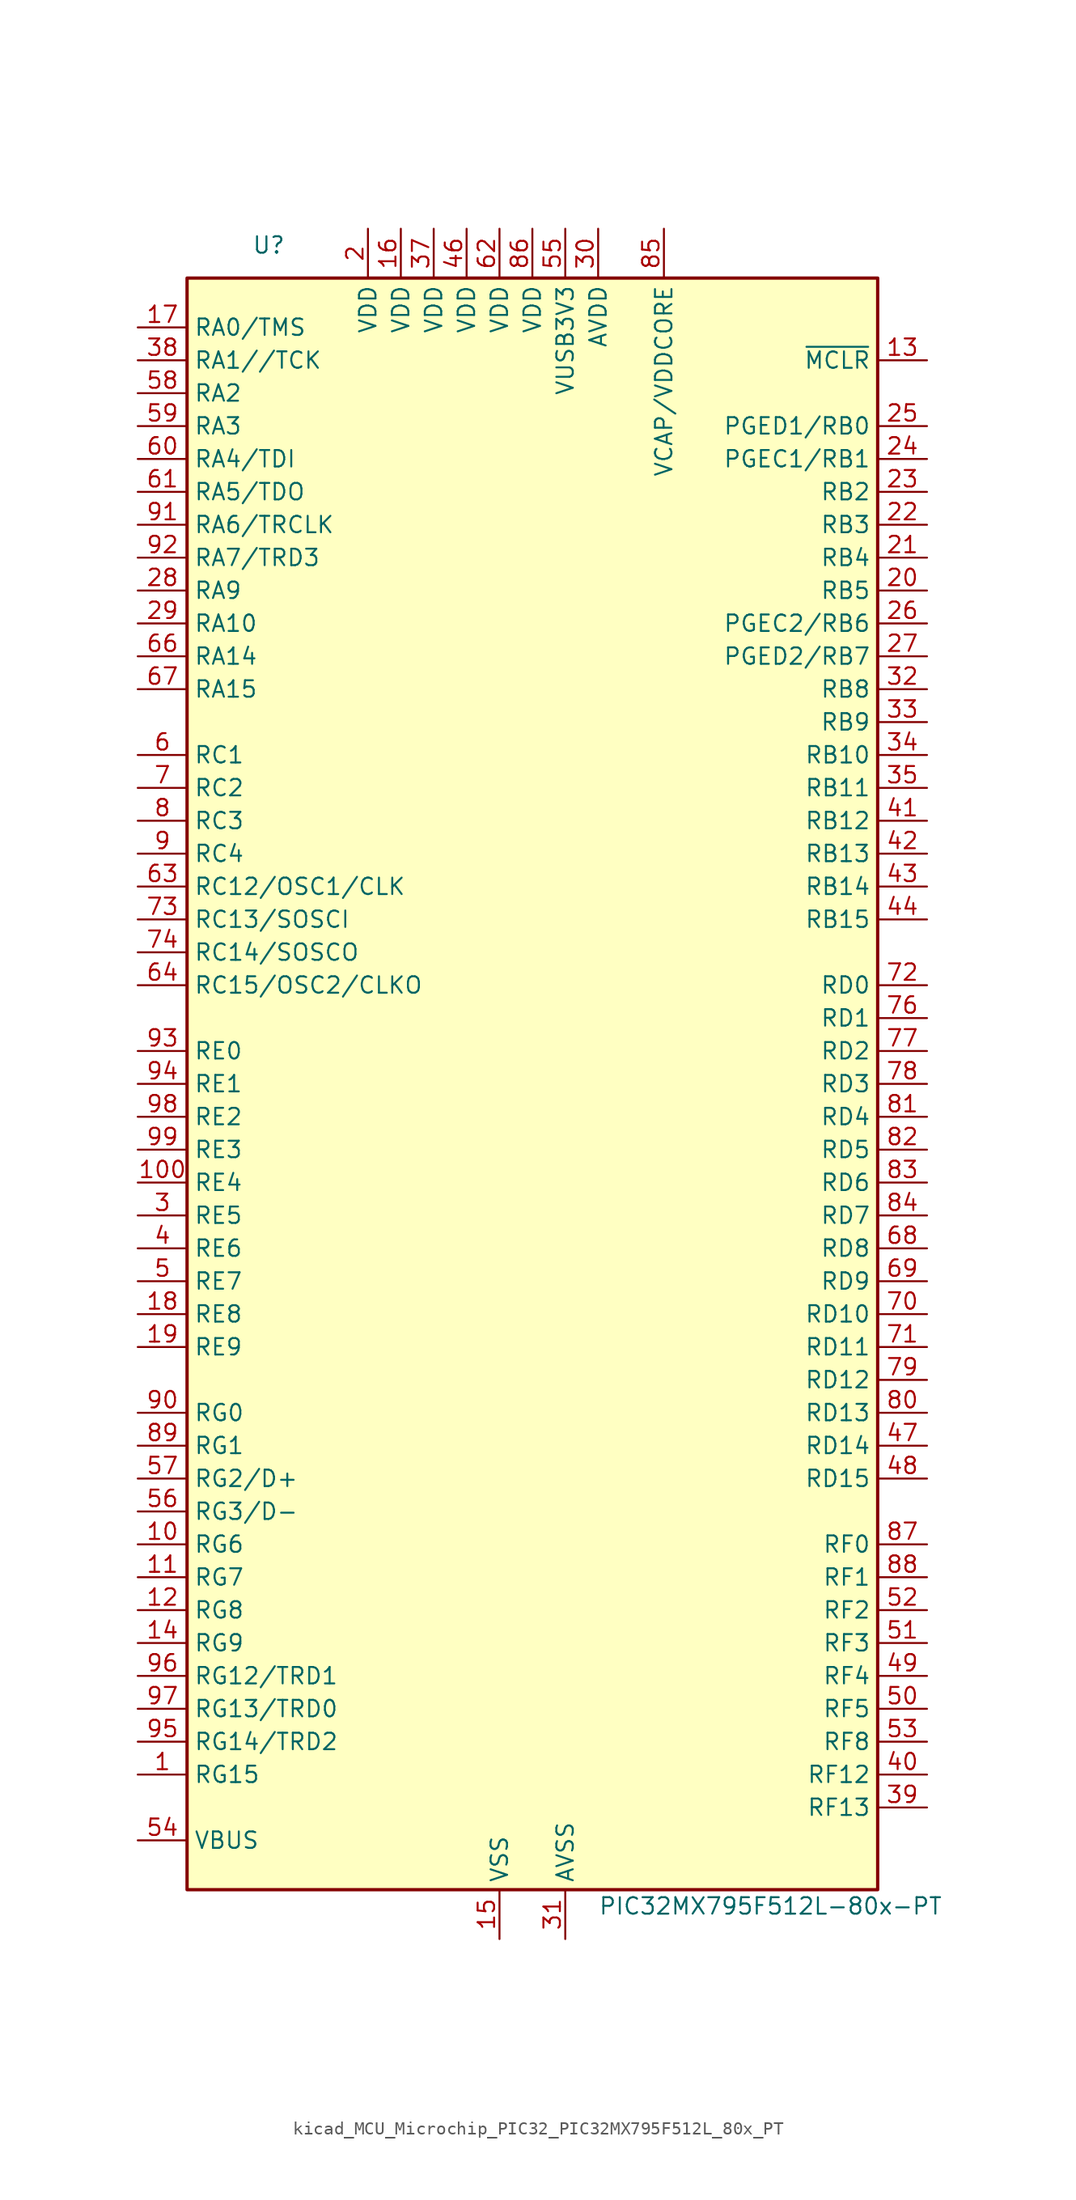
<source format=kicad_sym>
(kicad_symbol_lib
  (version 20220914)
  (generator kicad_symbol_editor)
  (symbol "kicad_MCU_Microchip_PIC32_PIC32MX795F512L_80x_PT"
    (property "Reference" "U"
      (at -19.05 64.77 0)
      (effects (font (size 1.27 1.27)) (justify right)))
    (property "Value" "PIC32MX795F512L-80x-PT"
      (at 5.08 -63.5 0)
      (effects (font (size 1.27 1.27)) (justify left)))
    (symbol "kicad_MCU_Microchip_PIC32_PIC32MX795F512L_80x_PT_1_1"
      (rectangle (start -26.67 62.23) (end 26.67 -62.23) (stroke (width 0.254) (type default)) (fill (type background)))
      (pin bidirectional line (at -30.48 -53.34 0) (length 3.81) (name "RG15" (effects (font (size 1.27 1.27)))) (number "1" (effects (font (size 1.27 1.27)))))
      (pin bidirectional line (at -30.48 -35.56 0) (length 3.81) (name "RG6" (effects (font (size 1.27 1.27)))) (number "10" (effects (font (size 1.27 1.27)))))
      (pin bidirectional line (at -30.48 -7.62 0) (length 3.81) (name "RE4" (effects (font (size 1.27 1.27)))) (number "100" (effects (font (size 1.27 1.27)))))
      (pin bidirectional line (at -30.48 -38.1 0) (length 3.81) (name "RG7" (effects (font (size 1.27 1.27)))) (number "11" (effects (font (size 1.27 1.27)))))
      (pin bidirectional line (at -30.48 -40.64 0) (length 3.81) (name "RG8" (effects (font (size 1.27 1.27)))) (number "12" (effects (font (size 1.27 1.27)))))
      (pin input line (at 30.48 55.88 180) (length 3.81) (name "~{MCLR}" (effects (font (size 1.27 1.27)))) (number "13" (effects (font (size 1.27 1.27)))))
      (pin bidirectional line (at -30.48 -43.18 0) (length 3.81) (name "RG9" (effects (font (size 1.27 1.27)))) (number "14" (effects (font (size 1.27 1.27)))))
      (pin power_in line (at -2.54 -66.04 90) (length 3.81) (name "VSS" (effects (font (size 1.27 1.27)))) (number "15" (effects (font (size 1.27 1.27)))))
      (pin power_in line (at -10.16 66.04 270) (length 3.81) (name "VDD" (effects (font (size 1.27 1.27)))) (number "16" (effects (font (size 1.27 1.27)))))
      (pin bidirectional line (at -30.48 58.42 0) (length 3.81) (name "RA0/TMS" (effects (font (size 1.27 1.27)))) (number "17" (effects (font (size 1.27 1.27)))))
      (pin bidirectional line (at -30.48 -17.78 0) (length 3.81) (name "RE8" (effects (font (size 1.27 1.27)))) (number "18" (effects (font (size 1.27 1.27)))))
      (pin bidirectional line (at -30.48 -20.32 0) (length 3.81) (name "RE9" (effects (font (size 1.27 1.27)))) (number "19" (effects (font (size 1.27 1.27)))))
      (pin power_in line (at -12.7 66.04 270) (length 3.81) (name "VDD" (effects (font (size 1.27 1.27)))) (number "2" (effects (font (size 1.27 1.27)))))
      (pin bidirectional line (at 30.48 38.1 180) (length 3.81) (name "RB5" (effects (font (size 1.27 1.27)))) (number "20" (effects (font (size 1.27 1.27)))))
      (pin bidirectional line (at 30.48 40.64 180) (length 3.81) (name "RB4" (effects (font (size 1.27 1.27)))) (number "21" (effects (font (size 1.27 1.27)))))
      (pin bidirectional line (at 30.48 43.18 180) (length 3.81) (name "RB3" (effects (font (size 1.27 1.27)))) (number "22" (effects (font (size 1.27 1.27)))))
      (pin bidirectional line (at 30.48 45.72 180) (length 3.81) (name "RB2" (effects (font (size 1.27 1.27)))) (number "23" (effects (font (size 1.27 1.27)))))
      (pin bidirectional line (at 30.48 48.26 180) (length 3.81) (name "PGEC1/RB1" (effects (font (size 1.27 1.27)))) (number "24" (effects (font (size 1.27 1.27)))))
      (pin bidirectional line (at 30.48 50.8 180) (length 3.81) (name "PGED1/RB0" (effects (font (size 1.27 1.27)))) (number "25" (effects (font (size 1.27 1.27)))))
      (pin bidirectional line (at 30.48 35.56 180) (length 3.81) (name "PGEC2/RB6" (effects (font (size 1.27 1.27)))) (number "26" (effects (font (size 1.27 1.27)))))
      (pin bidirectional line (at 30.48 33.02 180) (length 3.81) (name "PGED2/RB7" (effects (font (size 1.27 1.27)))) (number "27" (effects (font (size 1.27 1.27)))))
      (pin bidirectional line (at -30.48 38.1 0) (length 3.81) (name "RA9" (effects (font (size 1.27 1.27)))) (number "28" (effects (font (size 1.27 1.27)))))
      (pin bidirectional line (at -30.48 35.56 0) (length 3.81) (name "RA10" (effects (font (size 1.27 1.27)))) (number "29" (effects (font (size 1.27 1.27)))))
      (pin bidirectional line (at -30.48 -10.16 0) (length 3.81) (name "RE5" (effects (font (size 1.27 1.27)))) (number "3" (effects (font (size 1.27 1.27)))))
      (pin power_in line (at 5.08 66.04 270) (length 3.81) (name "AVDD" (effects (font (size 1.27 1.27)))) (number "30" (effects (font (size 1.27 1.27)))))
      (pin power_in line (at 2.54 -66.04 90) (length 3.81) (name "AVSS" (effects (font (size 1.27 1.27)))) (number "31" (effects (font (size 1.27 1.27)))))
      (pin bidirectional line (at 30.48 30.48 180) (length 3.81) (name "RB8" (effects (font (size 1.27 1.27)))) (number "32" (effects (font (size 1.27 1.27)))))
      (pin bidirectional line (at 30.48 27.94 180) (length 3.81) (name "RB9" (effects (font (size 1.27 1.27)))) (number "33" (effects (font (size 1.27 1.27)))))
      (pin bidirectional line (at 30.48 25.4 180) (length 3.81) (name "RB10" (effects (font (size 1.27 1.27)))) (number "34" (effects (font (size 1.27 1.27)))))
      (pin bidirectional line (at 30.48 22.86 180) (length 3.81) (name "RB11" (effects (font (size 1.27 1.27)))) (number "35" (effects (font (size 1.27 1.27)))))
      (pin passive line (at -2.54 -66.04 90) (length 3.81) hide (name "VSS" (effects (font (size 1.27 1.27)))) (number "36" (effects (font (size 1.27 1.27)))))
      (pin power_in line (at -7.62 66.04 270) (length 3.81) (name "VDD" (effects (font (size 1.27 1.27)))) (number "37" (effects (font (size 1.27 1.27)))))
      (pin bidirectional line (at -30.48 55.88 0) (length 3.81) (name "RA1//TCK" (effects (font (size 1.27 1.27)))) (number "38" (effects (font (size 1.27 1.27)))))
      (pin bidirectional line (at 30.48 -55.88 180) (length 3.81) (name "RF13" (effects (font (size 1.27 1.27)))) (number "39" (effects (font (size 1.27 1.27)))))
      (pin bidirectional line (at -30.48 -12.7 0) (length 3.81) (name "RE6" (effects (font (size 1.27 1.27)))) (number "4" (effects (font (size 1.27 1.27)))))
      (pin bidirectional line (at 30.48 -53.34 180) (length 3.81) (name "RF12" (effects (font (size 1.27 1.27)))) (number "40" (effects (font (size 1.27 1.27)))))
      (pin bidirectional line (at 30.48 20.32 180) (length 3.81) (name "RB12" (effects (font (size 1.27 1.27)))) (number "41" (effects (font (size 1.27 1.27)))))
      (pin bidirectional line (at 30.48 17.78 180) (length 3.81) (name "RB13" (effects (font (size 1.27 1.27)))) (number "42" (effects (font (size 1.27 1.27)))))
      (pin bidirectional line (at 30.48 15.24 180) (length 3.81) (name "RB14" (effects (font (size 1.27 1.27)))) (number "43" (effects (font (size 1.27 1.27)))))
      (pin bidirectional line (at 30.48 12.7 180) (length 3.81) (name "RB15" (effects (font (size 1.27 1.27)))) (number "44" (effects (font (size 1.27 1.27)))))
      (pin passive line (at -2.54 -66.04 90) (length 3.81) hide (name "VSS" (effects (font (size 1.27 1.27)))) (number "45" (effects (font (size 1.27 1.27)))))
      (pin power_in line (at -5.08 66.04 270) (length 3.81) (name "VDD" (effects (font (size 1.27 1.27)))) (number "46" (effects (font (size 1.27 1.27)))))
      (pin bidirectional line (at 30.48 -27.94 180) (length 3.81) (name "RD14" (effects (font (size 1.27 1.27)))) (number "47" (effects (font (size 1.27 1.27)))))
      (pin bidirectional line (at 30.48 -30.48 180) (length 3.81) (name "RD15" (effects (font (size 1.27 1.27)))) (number "48" (effects (font (size 1.27 1.27)))))
      (pin bidirectional line (at 30.48 -45.72 180) (length 3.81) (name "RF4" (effects (font (size 1.27 1.27)))) (number "49" (effects (font (size 1.27 1.27)))))
      (pin bidirectional line (at -30.48 -15.24 0) (length 3.81) (name "RE7" (effects (font (size 1.27 1.27)))) (number "5" (effects (font (size 1.27 1.27)))))
      (pin bidirectional line (at 30.48 -48.26 180) (length 3.81) (name "RF5" (effects (font (size 1.27 1.27)))) (number "50" (effects (font (size 1.27 1.27)))))
      (pin bidirectional line (at 30.48 -43.18 180) (length 3.81) (name "RF3" (effects (font (size 1.27 1.27)))) (number "51" (effects (font (size 1.27 1.27)))))
      (pin bidirectional line (at 30.48 -40.64 180) (length 3.81) (name "RF2" (effects (font (size 1.27 1.27)))) (number "52" (effects (font (size 1.27 1.27)))))
      (pin bidirectional line (at 30.48 -50.8 180) (length 3.81) (name "RF8" (effects (font (size 1.27 1.27)))) (number "53" (effects (font (size 1.27 1.27)))))
      (pin input line (at -30.48 -58.42 0) (length 3.81) (name "VBUS" (effects (font (size 1.27 1.27)))) (number "54" (effects (font (size 1.27 1.27)))))
      (pin power_in line (at 2.54 66.04 270) (length 3.81) (name "VUSB3V3" (effects (font (size 1.27 1.27)))) (number "55" (effects (font (size 1.27 1.27)))))
      (pin bidirectional line (at -30.48 -33.02 0) (length 3.81) (name "RG3/D-" (effects (font (size 1.27 1.27)))) (number "56" (effects (font (size 1.27 1.27)))))
      (pin bidirectional line (at -30.48 -30.48 0) (length 3.81) (name "RG2/D+" (effects (font (size 1.27 1.27)))) (number "57" (effects (font (size 1.27 1.27)))))
      (pin bidirectional line (at -30.48 53.34 0) (length 3.81) (name "RA2" (effects (font (size 1.27 1.27)))) (number "58" (effects (font (size 1.27 1.27)))))
      (pin bidirectional line (at -30.48 50.8 0) (length 3.81) (name "RA3" (effects (font (size 1.27 1.27)))) (number "59" (effects (font (size 1.27 1.27)))))
      (pin bidirectional line (at -30.48 25.4 0) (length 3.81) (name "RC1" (effects (font (size 1.27 1.27)))) (number "6" (effects (font (size 1.27 1.27)))))
      (pin bidirectional line (at -30.48 48.26 0) (length 3.81) (name "RA4/TDI" (effects (font (size 1.27 1.27)))) (number "60" (effects (font (size 1.27 1.27)))))
      (pin bidirectional line (at -30.48 45.72 0) (length 3.81) (name "RA5/TDO" (effects (font (size 1.27 1.27)))) (number "61" (effects (font (size 1.27 1.27)))))
      (pin power_in line (at -2.54 66.04 270) (length 3.81) (name "VDD" (effects (font (size 1.27 1.27)))) (number "62" (effects (font (size 1.27 1.27)))))
      (pin bidirectional line (at -30.48 15.24 0) (length 3.81) (name "RC12/OSC1/CLK" (effects (font (size 1.27 1.27)))) (number "63" (effects (font (size 1.27 1.27)))))
      (pin bidirectional line (at -30.48 7.62 0) (length 3.81) (name "RC15/OSC2/CLKO" (effects (font (size 1.27 1.27)))) (number "64" (effects (font (size 1.27 1.27)))))
      (pin passive line (at -2.54 -66.04 90) (length 3.81) hide (name "VSS" (effects (font (size 1.27 1.27)))) (number "65" (effects (font (size 1.27 1.27)))))
      (pin bidirectional line (at -30.48 33.02 0) (length 3.81) (name "RA14" (effects (font (size 1.27 1.27)))) (number "66" (effects (font (size 1.27 1.27)))))
      (pin bidirectional line (at -30.48 30.48 0) (length 3.81) (name "RA15" (effects (font (size 1.27 1.27)))) (number "67" (effects (font (size 1.27 1.27)))))
      (pin bidirectional line (at 30.48 -12.7 180) (length 3.81) (name "RD8" (effects (font (size 1.27 1.27)))) (number "68" (effects (font (size 1.27 1.27)))))
      (pin bidirectional line (at 30.48 -15.24 180) (length 3.81) (name "RD9" (effects (font (size 1.27 1.27)))) (number "69" (effects (font (size 1.27 1.27)))))
      (pin bidirectional line (at -30.48 22.86 0) (length 3.81) (name "RC2" (effects (font (size 1.27 1.27)))) (number "7" (effects (font (size 1.27 1.27)))))
      (pin bidirectional line (at 30.48 -17.78 180) (length 3.81) (name "RD10" (effects (font (size 1.27 1.27)))) (number "70" (effects (font (size 1.27 1.27)))))
      (pin bidirectional line (at 30.48 -20.32 180) (length 3.81) (name "RD11" (effects (font (size 1.27 1.27)))) (number "71" (effects (font (size 1.27 1.27)))))
      (pin bidirectional line (at 30.48 7.62 180) (length 3.81) (name "RD0" (effects (font (size 1.27 1.27)))) (number "72" (effects (font (size 1.27 1.27)))))
      (pin bidirectional line (at -30.48 12.7 0) (length 3.81) (name "RC13/SOSCI" (effects (font (size 1.27 1.27)))) (number "73" (effects (font (size 1.27 1.27)))))
      (pin bidirectional line (at -30.48 10.16 0) (length 3.81) (name "RC14/SOSCO" (effects (font (size 1.27 1.27)))) (number "74" (effects (font (size 1.27 1.27)))))
      (pin passive line (at -2.54 -66.04 90) (length 3.81) hide (name "VSS" (effects (font (size 1.27 1.27)))) (number "75" (effects (font (size 1.27 1.27)))))
      (pin bidirectional line (at 30.48 5.08 180) (length 3.81) (name "RD1" (effects (font (size 1.27 1.27)))) (number "76" (effects (font (size 1.27 1.27)))))
      (pin bidirectional line (at 30.48 2.54 180) (length 3.81) (name "RD2" (effects (font (size 1.27 1.27)))) (number "77" (effects (font (size 1.27 1.27)))))
      (pin bidirectional line (at 30.48 0 180) (length 3.81) (name "RD3" (effects (font (size 1.27 1.27)))) (number "78" (effects (font (size 1.27 1.27)))))
      (pin bidirectional line (at 30.48 -22.86 180) (length 3.81) (name "RD12" (effects (font (size 1.27 1.27)))) (number "79" (effects (font (size 1.27 1.27)))))
      (pin bidirectional line (at -30.48 20.32 0) (length 3.81) (name "RC3" (effects (font (size 1.27 1.27)))) (number "8" (effects (font (size 1.27 1.27)))))
      (pin bidirectional line (at 30.48 -25.4 180) (length 3.81) (name "RD13" (effects (font (size 1.27 1.27)))) (number "80" (effects (font (size 1.27 1.27)))))
      (pin bidirectional line (at 30.48 -2.54 180) (length 3.81) (name "RD4" (effects (font (size 1.27 1.27)))) (number "81" (effects (font (size 1.27 1.27)))))
      (pin bidirectional line (at 30.48 -5.08 180) (length 3.81) (name "RD5" (effects (font (size 1.27 1.27)))) (number "82" (effects (font (size 1.27 1.27)))))
      (pin bidirectional line (at 30.48 -7.62 180) (length 3.81) (name "RD6" (effects (font (size 1.27 1.27)))) (number "83" (effects (font (size 1.27 1.27)))))
      (pin bidirectional line (at 30.48 -10.16 180) (length 3.81) (name "RD7" (effects (font (size 1.27 1.27)))) (number "84" (effects (font (size 1.27 1.27)))))
      (pin power_out line (at 10.16 66.04 270) (length 3.81) (name "VCAP/VDDCORE" (effects (font (size 1.27 1.27)))) (number "85" (effects (font (size 1.27 1.27)))))
      (pin power_in line (at 0 66.04 270) (length 3.81) (name "VDD" (effects (font (size 1.27 1.27)))) (number "86" (effects (font (size 1.27 1.27)))))
      (pin bidirectional line (at 30.48 -35.56 180) (length 3.81) (name "RF0" (effects (font (size 1.27 1.27)))) (number "87" (effects (font (size 1.27 1.27)))))
      (pin bidirectional line (at 30.48 -38.1 180) (length 3.81) (name "RF1" (effects (font (size 1.27 1.27)))) (number "88" (effects (font (size 1.27 1.27)))))
      (pin bidirectional line (at -30.48 -27.94 0) (length 3.81) (name "RG1" (effects (font (size 1.27 1.27)))) (number "89" (effects (font (size 1.27 1.27)))))
      (pin bidirectional line (at -30.48 17.78 0) (length 3.81) (name "RC4" (effects (font (size 1.27 1.27)))) (number "9" (effects (font (size 1.27 1.27)))))
      (pin bidirectional line (at -30.48 -25.4 0) (length 3.81) (name "RG0" (effects (font (size 1.27 1.27)))) (number "90" (effects (font (size 1.27 1.27)))))
      (pin bidirectional line (at -30.48 43.18 0) (length 3.81) (name "RA6/TRCLK" (effects (font (size 1.27 1.27)))) (number "91" (effects (font (size 1.27 1.27)))))
      (pin bidirectional line (at -30.48 40.64 0) (length 3.81) (name "RA7/TRD3" (effects (font (size 1.27 1.27)))) (number "92" (effects (font (size 1.27 1.27)))))
      (pin bidirectional line (at -30.48 2.54 0) (length 3.81) (name "RE0" (effects (font (size 1.27 1.27)))) (number "93" (effects (font (size 1.27 1.27)))))
      (pin bidirectional line (at -30.48 0 0) (length 3.81) (name "RE1" (effects (font (size 1.27 1.27)))) (number "94" (effects (font (size 1.27 1.27)))))
      (pin bidirectional line (at -30.48 -50.8 0) (length 3.81) (name "RG14/TRD2" (effects (font (size 1.27 1.27)))) (number "95" (effects (font (size 1.27 1.27)))))
      (pin bidirectional line (at -30.48 -45.72 0) (length 3.81) (name "RG12/TRD1" (effects (font (size 1.27 1.27)))) (number "96" (effects (font (size 1.27 1.27)))))
      (pin bidirectional line (at -30.48 -48.26 0) (length 3.81) (name "RG13/TRD0" (effects (font (size 1.27 1.27)))) (number "97" (effects (font (size 1.27 1.27)))))
      (pin bidirectional line (at -30.48 -2.54 0) (length 3.81) (name "RE2" (effects (font (size 1.27 1.27)))) (number "98" (effects (font (size 1.27 1.27)))))
      (pin bidirectional line (at -30.48 -5.08 0) (length 3.81) (name "RE3" (effects (font (size 1.27 1.27)))) (number "99" (effects (font (size 1.27 1.27))))))))
</source>
